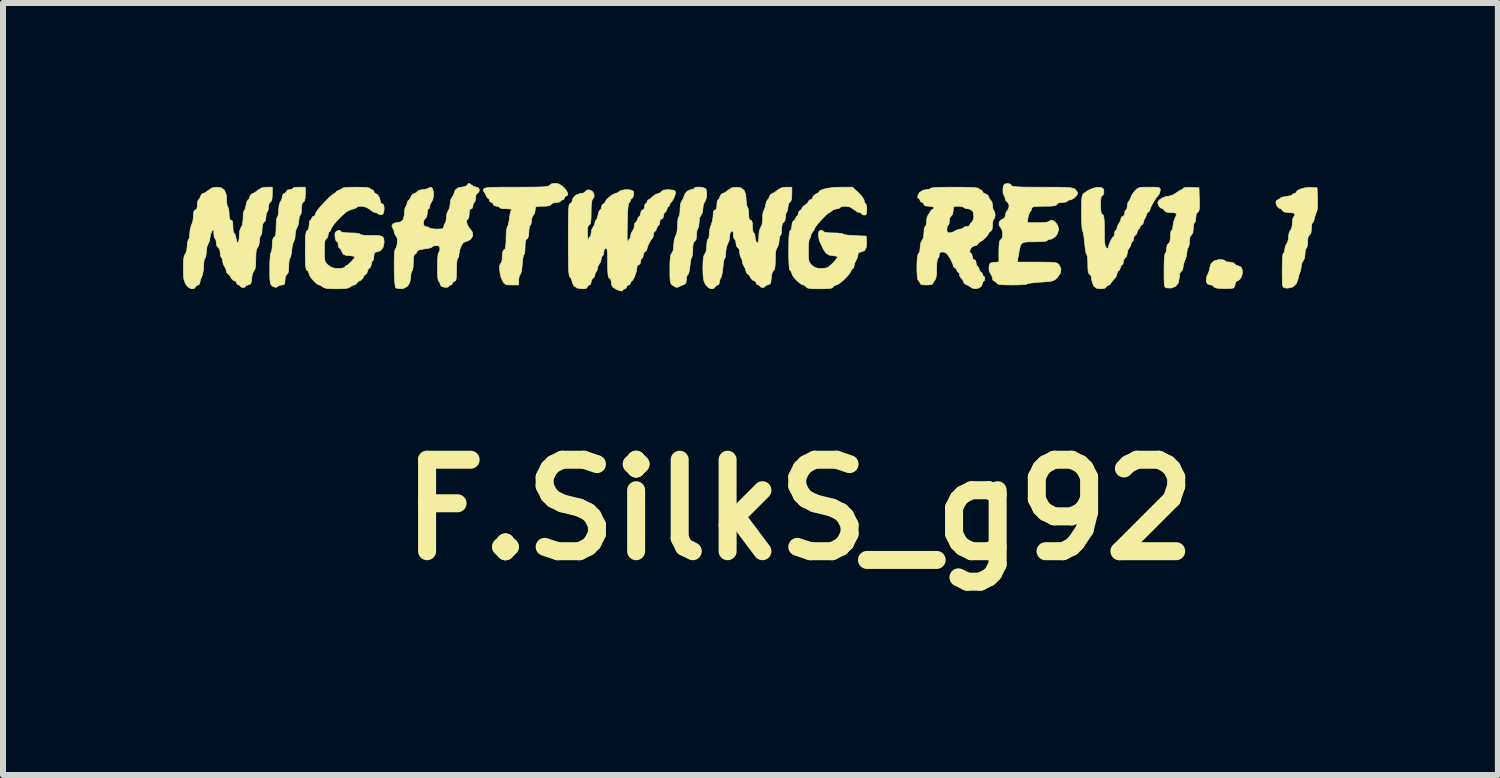
<source format=kicad_pcb>
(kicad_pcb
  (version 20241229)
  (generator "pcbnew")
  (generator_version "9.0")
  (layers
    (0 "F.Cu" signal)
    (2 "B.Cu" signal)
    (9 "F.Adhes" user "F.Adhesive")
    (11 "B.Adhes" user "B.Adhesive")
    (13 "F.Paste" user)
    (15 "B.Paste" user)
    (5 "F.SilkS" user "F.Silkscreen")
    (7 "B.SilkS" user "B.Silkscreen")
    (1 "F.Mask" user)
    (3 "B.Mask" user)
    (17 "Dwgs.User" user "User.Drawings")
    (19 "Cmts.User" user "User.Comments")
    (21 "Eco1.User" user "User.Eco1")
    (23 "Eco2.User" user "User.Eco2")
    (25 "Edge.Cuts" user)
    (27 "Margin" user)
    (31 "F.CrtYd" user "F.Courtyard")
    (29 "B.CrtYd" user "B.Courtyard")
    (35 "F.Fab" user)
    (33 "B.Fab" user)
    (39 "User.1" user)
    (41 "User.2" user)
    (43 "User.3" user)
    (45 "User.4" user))
  (footprint "F.SilkS_g92"
    (layer "F.Cu")
    (at 10.271 5.445)
    (property "Reference" "F.SilkS_g92" (at 0 0 0) (layer "F.SilkS") (effects (font (size 1.524 1.524) (thickness 0.3))))
    (attr through_hole)
    (fp_poly (pts (xy 7.059 -4.165) (xy 7.089 -4.153) (xy 7.091 -4.149) (xy 7.109 -4.135) (xy 7.155 -4.128) (xy 7.166 -4.128) (xy 7.226 -4.118) (xy 7.253 -4.096) (xy 7.281 -4.071) (xy 7.313 -4.064) (xy 7.354 -4.047) (xy 7.377 -4.003) (xy 7.381 -3.944) (xy 7.364 -3.883) (xy 7.333 -3.837) (xy 7.298 -3.814) (xy 7.283 -3.81) (xy 7.266 -3.792) (xy 7.26 -3.759) (xy 7.248 -3.715) (xy 7.227 -3.696) (xy 7.185 -3.689) (xy 7.117 -3.686) (xy 7.041 -3.687) (xy 6.973 -3.692) (xy 6.937 -3.698) (xy 6.906 -3.714) (xy 6.9 -3.725) (xy 6.882 -3.741) (xy 6.842 -3.75) (xy 6.797 -3.765) (xy 6.779 -3.804) (xy 6.777 -3.817) (xy 6.784 -3.88) (xy 6.804 -3.927) (xy 6.829 -3.985) (xy 6.837 -4.032) (xy 6.856 -4.099) (xy 6.907 -4.147) (xy 6.985 -4.169) (xy 7.006 -4.17) (xy 7.059 -4.165)) (stroke (width 0.01) (type solid)) (fill yes) (layer "F.SilkS"))
    (fp_poly (pts (xy -1.641 -5.375) (xy -1.591 -5.364) (xy -1.56 -5.347) (xy -1.558 -5.343) (xy -1.546 -5.28) (xy -1.549 -5.21) (xy -1.565 -5.152) (xy -1.577 -5.136) (xy -1.598 -5.095) (xy -1.608 -5.034) (xy -1.609 -5.021) (xy -1.617 -4.956) (xy -1.638 -4.913) (xy -1.64 -4.911) (xy -1.663 -4.869) (xy -1.672 -4.801) (xy -1.672 -4.793) (xy -1.677 -4.734) (xy -1.688 -4.695) (xy -1.693 -4.688) (xy -1.706 -4.661) (xy -1.714 -4.607) (xy -1.714 -4.581) (xy -1.721 -4.51) (xy -1.742 -4.476) (xy -1.746 -4.474) (xy -1.766 -4.452) (xy -1.776 -4.402) (xy -1.778 -4.338) (xy -1.781 -4.27) (xy -1.789 -4.22) (xy -1.797 -4.203) (xy -1.808 -4.178) (xy -1.818 -4.122) (xy -1.825 -4.06) (xy -1.834 -3.989) (xy -1.847 -3.938) (xy -1.859 -3.921) (xy -1.876 -3.896) (xy -1.884 -3.847) (xy -1.884 -3.839) (xy -1.893 -3.781) (xy -1.921 -3.755) (xy -1.973 -3.735) (xy -1.995 -3.724) (xy -2.035 -3.707) (xy -2.069 -3.713) (xy -2.111 -3.74) (xy -2.132 -3.757) (xy -2.146 -3.78) (xy -2.154 -3.816) (xy -2.158 -3.875) (xy -2.159 -3.965) (xy -2.159 -4.011) (xy -2.158 -4.122) (xy -2.153 -4.198) (xy -2.145 -4.245) (xy -2.132 -4.271) (xy -2.127 -4.276) (xy -2.105 -4.319) (xy -2.095 -4.397) (xy -2.095 -4.411) (xy -2.088 -4.485) (xy -2.072 -4.544) (xy -2.063 -4.56) (xy -2.043 -4.613) (xy -2.033 -4.698) (xy -2.032 -4.734) (xy -2.029 -4.805) (xy -2.021 -4.858) (xy -2.011 -4.879) (xy -1.999 -4.906) (xy -1.991 -4.961) (xy -1.99 -5.006) (xy -1.983 -5.092) (xy -1.962 -5.146) (xy -1.958 -5.151) (xy -1.932 -5.192) (xy -1.926 -5.216) (xy -1.908 -5.267) (xy -1.865 -5.312) (xy -1.812 -5.334) (xy -1.805 -5.334) (xy -1.768 -5.342) (xy -1.757 -5.355) (xy -1.739 -5.371) (xy -1.695 -5.378) (xy -1.641 -5.375)) (stroke (width 0.01) (type solid)) (fill yes) (layer "F.SilkS"))
    (fp_poly (pts (xy -8.234 -5.259) (xy -8.238 -5.183) (xy -8.251 -5.142) (xy -8.266 -5.13) (xy -8.287 -5.104) (xy -8.297 -5.044) (xy -8.297 -5.014) (xy -8.301 -4.955) (xy -8.311 -4.917) (xy -8.319 -4.911) (xy -8.332 -4.892) (xy -8.339 -4.845) (xy -8.34 -4.83) (xy -8.348 -4.765) (xy -8.367 -4.713) (xy -8.371 -4.708) (xy -8.391 -4.661) (xy -8.402 -4.595) (xy -8.402 -4.582) (xy -8.408 -4.521) (xy -8.422 -4.479) (xy -8.426 -4.473) (xy -8.44 -4.441) (xy -8.453 -4.38) (xy -8.461 -4.32) (xy -8.47 -4.253) (xy -8.481 -4.206) (xy -8.491 -4.191) (xy -8.5 -4.172) (xy -8.507 -4.122) (xy -8.509 -4.063) (xy -8.512 -3.984) (xy -8.524 -3.94) (xy -8.541 -3.923) (xy -8.565 -3.892) (xy -8.572 -3.829) (xy -8.576 -3.775) (xy -8.59 -3.752) (xy -8.623 -3.747) (xy -8.624 -3.747) (xy -8.669 -3.739) (xy -8.689 -3.725) (xy -8.722 -3.706) (xy -8.772 -3.721) (xy -8.789 -3.734) (xy -8.805 -3.751) (xy -8.816 -3.781) (xy -8.823 -3.829) (xy -8.826 -3.905) (xy -8.826 -4.015) (xy -8.826 -4.017) (xy -8.825 -4.124) (xy -8.82 -4.209) (xy -8.813 -4.266) (xy -8.805 -4.286) (xy -8.794 -4.313) (xy -8.786 -4.368) (xy -8.784 -4.415) (xy -8.78 -4.491) (xy -8.766 -4.532) (xy -8.752 -4.543) (xy -8.735 -4.561) (xy -8.725 -4.603) (xy -8.721 -4.676) (xy -8.721 -4.711) (xy -8.718 -4.788) (xy -8.711 -4.847) (xy -8.701 -4.878) (xy -8.7 -4.879) (xy -8.687 -4.906) (xy -8.679 -4.96) (xy -8.678 -4.993) (xy -8.672 -5.063) (xy -8.656 -5.12) (xy -8.647 -5.134) (xy -8.622 -5.187) (xy -8.616 -5.223) (xy -8.603 -5.261) (xy -8.583 -5.271) (xy -8.555 -5.287) (xy -8.551 -5.302) (xy -8.533 -5.328) (xy -8.498 -5.334) (xy -8.459 -5.341) (xy -8.445 -5.355) (xy -8.426 -5.367) (xy -8.378 -5.375) (xy -8.34 -5.376) (xy -8.234 -5.376) (xy -8.234 -5.259)) (stroke (width 0.01) (type solid)) (fill yes) (layer "F.SilkS"))
    (fp_poly (pts (xy 6.525 -5.372) (xy 6.657 -5.366) (xy 6.663 -5.17) (xy 6.665 -5.074) (xy 6.662 -5.013) (xy 6.654 -4.978) (xy 6.64 -4.962) (xy 6.637 -4.961) (xy 6.612 -4.929) (xy 6.604 -4.866) (xy 6.599 -4.814) (xy 6.587 -4.785) (xy 6.583 -4.784) (xy 6.57 -4.765) (xy 6.563 -4.717) (xy 6.562 -4.688) (xy 6.555 -4.617) (xy 6.535 -4.582) (xy 6.53 -4.58) (xy 6.507 -4.55) (xy 6.498 -4.482) (xy 6.498 -4.476) (xy 6.494 -4.417) (xy 6.482 -4.377) (xy 6.477 -4.371) (xy 6.462 -4.343) (xy 6.456 -4.292) (xy 6.456 -4.29) (xy 6.445 -4.22) (xy 6.424 -4.162) (xy 6.401 -4.099) (xy 6.392 -4.043) (xy 6.382 -3.995) (xy 6.361 -3.972) (xy 6.337 -3.941) (xy 6.329 -3.873) (xy 6.329 -3.868) (xy 6.312 -3.781) (xy 6.265 -3.722) (xy 6.193 -3.695) (xy 6.122 -3.698) (xy 6.103 -3.703) (xy 6.09 -3.715) (xy 6.082 -3.74) (xy 6.077 -3.786) (xy 6.075 -3.858) (xy 6.075 -3.965) (xy 6.075 -3.991) (xy 6.076 -4.112) (xy 6.081 -4.202) (xy 6.088 -4.258) (xy 6.096 -4.276) (xy 6.11 -4.294) (xy 6.117 -4.34) (xy 6.117 -4.35) (xy 6.126 -4.41) (xy 6.149 -4.437) (xy 6.171 -4.463) (xy 6.18 -4.523) (xy 6.181 -4.553) (xy 6.185 -4.613) (xy 6.194 -4.65) (xy 6.202 -4.657) (xy 6.216 -4.675) (xy 6.223 -4.72) (xy 6.223 -4.725) (xy 6.234 -4.796) (xy 6.255 -4.855) (xy 6.28 -4.91) (xy 6.278 -4.94) (xy 6.243 -4.951) (xy 6.191 -4.953) (xy 6.119 -4.96) (xy 6.085 -4.98) (xy 6.082 -4.985) (xy 6.061 -5.013) (xy 6.05 -5.016) (xy 6.012 -5.034) (xy 5.981 -5.076) (xy 5.969 -5.118) (xy 5.988 -5.155) (xy 6.035 -5.19) (xy 6.097 -5.217) (xy 6.16 -5.228) (xy 6.161 -5.228) (xy 6.208 -5.241) (xy 6.265 -5.272) (xy 6.278 -5.281) (xy 6.327 -5.314) (xy 6.363 -5.333) (xy 6.37 -5.334) (xy 6.391 -5.35) (xy 6.392 -5.356) (xy 6.412 -5.368) (xy 6.468 -5.373) (xy 6.525 -5.372)) (stroke (width 0.01) (type solid)) (fill yes) (layer "F.SilkS"))
    (fp_poly (pts (xy 8.522 -5.372) (xy 8.625 -5.366) (xy 8.632 -5.178) (xy 8.632 -5.092) (xy 8.629 -5.02) (xy 8.621 -4.975) (xy 8.618 -4.967) (xy 8.601 -4.931) (xy 8.585 -4.874) (xy 8.583 -4.863) (xy 8.569 -4.812) (xy 8.553 -4.785) (xy 8.549 -4.784) (xy 8.538 -4.765) (xy 8.531 -4.717) (xy 8.53 -4.688) (xy 8.524 -4.617) (xy 8.503 -4.582) (xy 8.498 -4.58) (xy 8.477 -4.554) (xy 8.467 -4.494) (xy 8.467 -4.464) (xy 8.463 -4.404) (xy 8.453 -4.367) (xy 8.445 -4.36) (xy 8.433 -4.341) (xy 8.425 -4.294) (xy 8.424 -4.268) (xy 8.416 -4.196) (xy 8.395 -4.151) (xy 8.393 -4.149) (xy 8.369 -4.109) (xy 8.361 -4.061) (xy 8.354 -4.003) (xy 8.341 -3.963) (xy 8.324 -3.917) (xy 8.31 -3.856) (xy 8.309 -3.85) (xy 8.278 -3.766) (xy 8.219 -3.713) (xy 8.138 -3.694) (xy 8.091 -3.698) (xy 8.072 -3.703) (xy 8.059 -3.715) (xy 8.05 -3.74) (xy 8.046 -3.786) (xy 8.044 -3.858) (xy 8.043 -3.965) (xy 8.043 -3.991) (xy 8.045 -4.112) (xy 8.049 -4.202) (xy 8.056 -4.258) (xy 8.065 -4.276) (xy 8.079 -4.294) (xy 8.086 -4.338) (xy 8.096 -4.394) (xy 8.117 -4.431) (xy 8.138 -4.473) (xy 8.149 -4.534) (xy 8.149 -4.547) (xy 8.157 -4.611) (xy 8.178 -4.654) (xy 8.181 -4.657) (xy 8.203 -4.698) (xy 8.213 -4.767) (xy 8.213 -4.774) (xy 8.217 -4.833) (xy 8.228 -4.873) (xy 8.234 -4.879) (xy 8.253 -4.91) (xy 8.255 -4.922) (xy 8.241 -4.943) (xy 8.195 -4.952) (xy 8.159 -4.953) (xy 8.088 -4.96) (xy 8.053 -4.98) (xy 8.051 -4.985) (xy 8.029 -5.013) (xy 8.018 -5.016) (xy 7.981 -5.034) (xy 7.949 -5.077) (xy 7.938 -5.121) (xy 7.95 -5.156) (xy 7.967 -5.165) (xy 8 -5.179) (xy 8.005 -5.188) (xy 8.029 -5.204) (xy 8.081 -5.218) (xy 8.113 -5.222) (xy 8.171 -5.232) (xy 8.207 -5.245) (xy 8.213 -5.252) (xy 8.23 -5.268) (xy 8.244 -5.271) (xy 8.273 -5.281) (xy 8.276 -5.291) (xy 8.295 -5.318) (xy 8.345 -5.344) (xy 8.412 -5.363) (xy 8.487 -5.373) (xy 8.522 -5.372)) (stroke (width 0.01) (type solid)) (fill yes) (layer "F.SilkS"))
    (fp_poly (pts (xy -4.013 -5.431) (xy -3.958 -5.399) (xy -3.922 -5.366) (xy -3.878 -5.311) (xy -3.86 -5.265) (xy -3.87 -5.235) (xy -3.894 -5.228) (xy -3.913 -5.211) (xy -3.916 -5.196) (xy -3.933 -5.168) (xy -3.948 -5.165) (xy -3.976 -5.153) (xy -3.979 -5.144) (xy -3.998 -5.129) (xy -4.043 -5.122) (xy -4.051 -5.122) (xy -4.109 -5.113) (xy -4.135 -5.091) (xy -4.156 -5.071) (xy -4.205 -5.061) (xy -4.275 -5.059) (xy -4.346 -5.058) (xy -4.384 -5.052) (xy -4.399 -5.037) (xy -4.403 -5.007) (xy -4.403 -4.998) (xy -4.413 -4.944) (xy -4.434 -4.911) (xy -4.456 -4.872) (xy -4.466 -4.816) (xy -4.466 -4.813) (xy -4.472 -4.765) (xy -4.485 -4.742) (xy -4.487 -4.741) (xy -4.499 -4.722) (xy -4.507 -4.674) (xy -4.508 -4.635) (xy -4.514 -4.561) (xy -4.53 -4.523) (xy -4.54 -4.516) (xy -4.56 -4.495) (xy -4.57 -4.445) (xy -4.572 -4.379) (xy -4.575 -4.313) (xy -4.582 -4.268) (xy -4.59 -4.255) (xy -4.6 -4.235) (xy -4.61 -4.183) (xy -4.618 -4.11) (xy -4.619 -4.091) (xy -4.627 -4.009) (xy -4.639 -3.949) (xy -4.652 -3.921) (xy -4.654 -3.92) (xy -4.669 -3.896) (xy -4.677 -3.846) (xy -4.678 -3.829) (xy -4.678 -3.747) (xy -4.792 -3.747) (xy -4.86 -3.748) (xy -4.9 -3.759) (xy -4.928 -3.786) (xy -4.951 -3.822) (xy -4.973 -3.875) (xy -4.989 -3.942) (xy -4.996 -4.01) (xy -4.995 -4.067) (xy -4.984 -4.102) (xy -4.974 -4.106) (xy -4.962 -4.125) (xy -4.954 -4.174) (xy -4.953 -4.213) (xy -4.948 -4.286) (xy -4.932 -4.325) (xy -4.921 -4.332) (xy -4.905 -4.348) (xy -4.895 -4.386) (xy -4.89 -4.455) (xy -4.889 -4.517) (xy -4.887 -4.6) (xy -4.88 -4.668) (xy -4.87 -4.708) (xy -4.867 -4.713) (xy -4.853 -4.745) (xy -4.84 -4.805) (xy -4.832 -4.86) (xy -4.822 -4.93) (xy -4.808 -4.981) (xy -4.796 -5) (xy -4.802 -5.009) (xy -4.841 -5.015) (xy -4.884 -5.016) (xy -4.946 -5.02) (xy -4.987 -5.029) (xy -4.995 -5.038) (xy -5.013 -5.054) (xy -5.048 -5.059) (xy -5.091 -5.07) (xy -5.101 -5.091) (xy -5.118 -5.119) (xy -5.133 -5.122) (xy -5.161 -5.139) (xy -5.165 -5.154) (xy -5.175 -5.182) (xy -5.184 -5.186) (xy -5.205 -5.203) (xy -5.219 -5.233) (xy -5.239 -5.277) (xy -5.255 -5.295) (xy -5.267 -5.323) (xy -5.264 -5.342) (xy -5.256 -5.353) (xy -5.237 -5.361) (xy -5.203 -5.367) (xy -5.149 -5.371) (xy -5.07 -5.374) (xy -4.961 -5.376) (xy -4.818 -5.376) (xy -4.713 -5.376) (xy -4.545 -5.377) (xy -4.415 -5.378) (xy -4.317 -5.38) (xy -4.249 -5.383) (xy -4.203 -5.389) (xy -4.176 -5.396) (xy -4.164 -5.405) (xy -4.162 -5.408) (xy -4.131 -5.432) (xy -4.073 -5.44) (xy -4.013 -5.431)) (stroke (width 0.01) (type solid)) (fill yes) (layer "F.SilkS"))
    (fp_poly (pts (xy 3.508 -5.43) (xy 3.527 -5.41) (xy 3.535 -5.399) (xy 3.555 -5.391) (xy 3.592 -5.385) (xy 3.649 -5.381) (xy 3.733 -5.378) (xy 3.848 -5.377) (xy 3.999 -5.376) (xy 4.045 -5.376) (xy 4.206 -5.376) (xy 4.331 -5.375) (xy 4.424 -5.373) (xy 4.491 -5.369) (xy 4.536 -5.363) (xy 4.567 -5.355) (xy 4.587 -5.345) (xy 4.593 -5.34) (xy 4.625 -5.303) (xy 4.636 -5.276) (xy 4.618 -5.236) (xy 4.577 -5.195) (xy 4.529 -5.168) (xy 4.508 -5.165) (xy 4.474 -5.156) (xy 4.466 -5.144) (xy 4.447 -5.13) (xy 4.401 -5.123) (xy 4.384 -5.122) (xy 4.318 -5.114) (xy 4.289 -5.091) (xy 4.274 -5.075) (xy 4.24 -5.065) (xy 4.177 -5.06) (xy 4.081 -5.059) (xy 4.075 -5.059) (xy 3.978 -5.058) (xy 3.917 -5.053) (xy 3.884 -5.045) (xy 3.874 -5.031) (xy 3.873 -5.029) (xy 3.86 -4.989) (xy 3.845 -4.969) (xy 3.823 -4.93) (xy 3.808 -4.871) (xy 3.806 -4.862) (xy 3.797 -4.784) (xy 3.972 -4.784) (xy 4.054 -4.786) (xy 4.119 -4.792) (xy 4.155 -4.802) (xy 4.159 -4.805) (xy 4.191 -4.826) (xy 4.231 -4.816) (xy 4.272 -4.782) (xy 4.304 -4.734) (xy 4.318 -4.677) (xy 4.318 -4.672) (xy 4.301 -4.605) (xy 4.258 -4.547) (xy 4.201 -4.513) (xy 4.172 -4.508) (xy 4.137 -4.5) (xy 4.128 -4.487) (xy 4.107 -4.477) (xy 4.051 -4.47) (xy 3.965 -4.467) (xy 3.918 -4.466) (xy 3.817 -4.466) (xy 3.751 -4.46) (xy 3.709 -4.443) (xy 3.684 -4.408) (xy 3.668 -4.347) (xy 3.652 -4.26) (xy 3.628 -4.128) (xy 3.958 -4.128) (xy 4.084 -4.127) (xy 4.174 -4.125) (xy 4.236 -4.122) (xy 4.276 -4.115) (xy 4.302 -4.104) (xy 4.32 -4.089) (xy 4.324 -4.085) (xy 4.357 -4.018) (xy 4.349 -3.947) (xy 4.301 -3.875) (xy 4.296 -3.87) (xy 4.265 -3.84) (xy 4.233 -3.821) (xy 4.191 -3.809) (xy 4.129 -3.801) (xy 4.035 -3.795) (xy 4.021 -3.794) (xy 3.93 -3.788) (xy 3.857 -3.779) (xy 3.809 -3.77) (xy 3.797 -3.765) (xy 3.773 -3.757) (xy 3.715 -3.752) (xy 3.633 -3.748) (xy 3.544 -3.747) (xy 3.435 -3.748) (xy 3.361 -3.751) (xy 3.317 -3.758) (xy 3.294 -3.769) (xy 3.288 -3.778) (xy 3.262 -3.806) (xy 3.247 -3.81) (xy 3.223 -3.828) (xy 3.217 -3.854) (xy 3.203 -3.905) (xy 3.184 -3.931) (xy 3.16 -3.982) (xy 3.158 -4.04) (xy 3.166 -4.091) (xy 3.187 -4.114) (xy 3.235 -4.123) (xy 3.244 -4.123) (xy 3.323 -4.13) (xy 3.323 -4.309) (xy 3.325 -4.402) (xy 3.331 -4.46) (xy 3.342 -4.491) (xy 3.355 -4.501) (xy 3.379 -4.532) (xy 3.387 -4.593) (xy 3.378 -4.654) (xy 3.358 -4.696) (xy 3.355 -4.699) (xy 3.325 -4.744) (xy 3.327 -4.793) (xy 3.356 -4.83) (xy 3.376 -4.838) (xy 3.419 -4.863) (xy 3.429 -4.901) (xy 3.442 -4.954) (xy 3.461 -4.982) (xy 3.486 -5.027) (xy 3.493 -5.066) (xy 3.481 -5.11) (xy 3.461 -5.13) (xy 3.434 -5.159) (xy 3.429 -5.181) (xy 3.417 -5.226) (xy 3.406 -5.242) (xy 3.393 -5.277) (xy 3.39 -5.333) (xy 3.391 -5.347) (xy 3.399 -5.402) (xy 3.418 -5.427) (xy 3.456 -5.436) (xy 3.508 -5.43)) (stroke (width 0.01) (type solid)) (fill yes) (layer "F.SilkS"))
    (fp_poly (pts (xy 5.916 -5.376) (xy 5.97 -5.373) (xy 5.999 -5.365) (xy 6.01 -5.35) (xy 6.011 -5.325) (xy 6.011 -5.325) (xy 6 -5.273) (xy 5.983 -5.245) (xy 5.947 -5.201) (xy 5.907 -5.141) (xy 5.871 -5.078) (xy 5.847 -5.027) (xy 5.842 -5.006) (xy 5.825 -4.97) (xy 5.81 -4.961) (xy 5.783 -4.932) (xy 5.779 -4.91) (xy 5.768 -4.87) (xy 5.757 -4.858) (xy 5.74 -4.828) (xy 5.736 -4.803) (xy 5.722 -4.763) (xy 5.704 -4.749) (xy 5.676 -4.722) (xy 5.673 -4.707) (xy 5.66 -4.681) (xy 5.652 -4.678) (xy 5.634 -4.66) (xy 5.63 -4.635) (xy 5.617 -4.594) (xy 5.599 -4.58) (xy 5.574 -4.551) (xy 5.567 -4.517) (xy 5.559 -4.478) (xy 5.546 -4.466) (xy 5.528 -4.449) (xy 5.524 -4.426) (xy 5.509 -4.38) (xy 5.493 -4.36) (xy 5.469 -4.321) (xy 5.461 -4.272) (xy 5.451 -4.223) (xy 5.429 -4.199) (xy 5.405 -4.17) (xy 5.397 -4.136) (xy 5.391 -4.097) (xy 5.379 -4.085) (xy 5.36 -4.067) (xy 5.346 -4.032) (xy 5.329 -3.993) (xy 5.312 -3.979) (xy 5.296 -3.961) (xy 5.292 -3.934) (xy 5.277 -3.889) (xy 5.241 -3.842) (xy 5.239 -3.84) (xy 5.203 -3.801) (xy 5.186 -3.77) (xy 5.186 -3.769) (xy 5.169 -3.749) (xy 5.156 -3.747) (xy 5.124 -3.729) (xy 5.115 -3.715) (xy 5.083 -3.691) (xy 5.02 -3.683) (xy 4.956 -3.69) (xy 4.916 -3.717) (xy 4.903 -3.735) (xy 4.877 -3.797) (xy 4.868 -3.849) (xy 4.858 -3.9) (xy 4.837 -3.923) (xy 4.819 -3.941) (xy 4.809 -3.982) (xy 4.805 -4.054) (xy 4.805 -4.095) (xy 4.803 -4.171) (xy 4.796 -4.227) (xy 4.788 -4.254) (xy 4.786 -4.255) (xy 4.776 -4.274) (xy 4.765 -4.326) (xy 4.756 -4.402) (xy 4.752 -4.445) (xy 4.743 -4.531) (xy 4.733 -4.599) (xy 4.722 -4.64) (xy 4.718 -4.647) (xy 4.711 -4.672) (xy 4.705 -4.73) (xy 4.701 -4.815) (xy 4.699 -4.918) (xy 4.699 -4.95) (xy 4.7 -5.068) (xy 4.702 -5.151) (xy 4.707 -5.207) (xy 4.716 -5.242) (xy 4.729 -5.264) (xy 4.738 -5.273) (xy 4.81 -5.323) (xy 4.889 -5.357) (xy 4.963 -5.374) (xy 5.024 -5.372) (xy 5.063 -5.349) (xy 5.068 -5.337) (xy 5.073 -5.289) (xy 5.06 -5.247) (xy 5.036 -5.228) (xy 5.035 -5.228) (xy 5.026 -5.209) (xy 5.019 -5.158) (xy 5.017 -5.086) (xy 5.016 -5.082) (xy 5.019 -4.998) (xy 5.028 -4.949) (xy 5.044 -4.926) (xy 5.048 -4.924) (xy 5.062 -4.911) (xy 5.071 -4.881) (xy 5.077 -4.827) (xy 5.08 -4.742) (xy 5.08 -4.656) (xy 5.081 -4.539) (xy 5.085 -4.459) (xy 5.093 -4.406) (xy 5.106 -4.375) (xy 5.112 -4.368) (xy 5.137 -4.35) (xy 5.144 -4.362) (xy 5.152 -4.4) (xy 5.172 -4.453) (xy 5.197 -4.505) (xy 5.221 -4.542) (xy 5.232 -4.551) (xy 5.245 -4.569) (xy 5.249 -4.604) (xy 5.257 -4.644) (xy 5.271 -4.657) (xy 5.288 -4.674) (xy 5.292 -4.697) (xy 5.306 -4.746) (xy 5.323 -4.77) (xy 5.35 -4.817) (xy 5.355 -4.846) (xy 5.368 -4.881) (xy 5.387 -4.889) (xy 5.412 -4.908) (xy 5.419 -4.942) (xy 5.426 -4.982) (xy 5.44 -4.995) (xy 5.455 -5.014) (xy 5.461 -5.057) (xy 5.471 -5.114) (xy 5.493 -5.151) (xy 5.519 -5.19) (xy 5.524 -5.212) (xy 5.538 -5.245) (xy 5.571 -5.293) (xy 5.585 -5.309) (xy 5.615 -5.341) (xy 5.644 -5.361) (xy 5.683 -5.372) (xy 5.742 -5.376) (xy 5.828 -5.376) (xy 5.916 -5.376)) (stroke (width 0.01) (type solid)) (fill yes) (layer "F.SilkS"))
    (fp_poly (pts (xy 0.981 -5.285) (xy 1.039 -5.223) (xy 1.073 -5.171) (xy 1.079 -5.147) (xy 1.088 -5.111) (xy 1.101 -5.101) (xy 1.113 -5.082) (xy 1.121 -5.034) (xy 1.122 -5.006) (xy 1.119 -4.946) (xy 1.108 -4.918) (xy 1.083 -4.911) (xy 1.079 -4.911) (xy 1.045 -4.92) (xy 1.037 -4.932) (xy 1.02 -4.95) (xy 1 -4.953) (xy 0.96 -4.967) (xy 0.912 -5) (xy 0.906 -5.006) (xy 0.84 -5.047) (xy 0.763 -5.059) (xy 0.71 -5.054) (xy 0.68 -5.043) (xy 0.677 -5.038) (xy 0.659 -5.022) (xy 0.626 -5.016) (xy 0.572 -5.004) (xy 0.543 -4.985) (xy 0.511 -4.959) (xy 0.497 -4.953) (xy 0.473 -4.938) (xy 0.431 -4.9) (xy 0.38 -4.848) (xy 0.328 -4.791) (xy 0.285 -4.739) (xy 0.258 -4.701) (xy 0.254 -4.69) (xy 0.239 -4.654) (xy 0.222 -4.636) (xy 0.195 -4.594) (xy 0.191 -4.571) (xy 0.18 -4.531) (xy 0.169 -4.519) (xy 0.16 -4.493) (xy 0.153 -4.436) (xy 0.149 -4.357) (xy 0.148 -4.32) (xy 0.149 -4.229) (xy 0.154 -4.169) (xy 0.164 -4.129) (xy 0.184 -4.099) (xy 0.204 -4.077) (xy 0.251 -4.041) (xy 0.305 -4.025) (xy 0.363 -4.022) (xy 0.427 -4.025) (xy 0.474 -4.041) (xy 0.521 -4.078) (xy 0.55 -4.106) (xy 0.597 -4.156) (xy 0.627 -4.196) (xy 0.635 -4.212) (xy 0.616 -4.227) (xy 0.571 -4.234) (xy 0.566 -4.234) (xy 0.495 -4.244) (xy 0.441 -4.279) (xy 0.396 -4.345) (xy 0.37 -4.403) (xy 0.348 -4.449) (xy 0.337 -4.471) (xy 0.324 -4.517) (xy 0.318 -4.579) (xy 0.318 -4.582) (xy 0.322 -4.633) (xy 0.341 -4.654) (xy 0.36 -4.657) (xy 0.394 -4.648) (xy 0.402 -4.636) (xy 0.422 -4.625) (xy 0.475 -4.617) (xy 0.552 -4.614) (xy 0.557 -4.614) (xy 0.635 -4.612) (xy 0.697 -4.605) (xy 0.73 -4.595) (xy 0.731 -4.594) (xy 0.761 -4.584) (xy 0.821 -4.575) (xy 0.901 -4.569) (xy 0.931 -4.568) (xy 1.111 -4.561) (xy 1.118 -4.461) (xy 1.112 -4.372) (xy 1.083 -4.318) (xy 1.028 -4.297) (xy 1.018 -4.297) (xy 0.982 -4.284) (xy 0.974 -4.248) (xy 0.961 -4.192) (xy 0.943 -4.158) (xy 0.917 -4.105) (xy 0.911 -4.069) (xy 0.903 -4.032) (xy 0.89 -4.022) (xy 0.87 -4.004) (xy 0.856 -3.974) (xy 0.831 -3.932) (xy 0.786 -3.879) (xy 0.729 -3.824) (xy 0.673 -3.778) (xy 0.627 -3.75) (xy 0.611 -3.747) (xy 0.574 -3.73) (xy 0.564 -3.715) (xy 0.55 -3.7) (xy 0.516 -3.69) (xy 0.456 -3.685) (xy 0.362 -3.683) (xy 0.339 -3.683) (xy 0.237 -3.684) (xy 0.171 -3.689) (xy 0.133 -3.697) (xy 0.115 -3.711) (xy 0.113 -3.715) (xy 0.084 -3.742) (xy 0.065 -3.747) (xy 0.026 -3.762) (xy -0.024 -3.801) (xy -0.074 -3.852) (xy -0.113 -3.902) (xy -0.127 -3.939) (xy -0.14 -3.975) (xy -0.153 -3.984) (xy -0.164 -4.001) (xy -0.171 -4.045) (xy -0.176 -4.121) (xy -0.179 -4.233) (xy -0.179 -4.318) (xy -0.178 -4.453) (xy -0.175 -4.55) (xy -0.169 -4.612) (xy -0.16 -4.645) (xy -0.153 -4.652) (xy -0.136 -4.676) (xy -0.127 -4.726) (xy -0.127 -4.733) (xy -0.118 -4.792) (xy -0.095 -4.818) (xy -0.067 -4.845) (xy -0.064 -4.86) (xy -0.051 -4.887) (xy -0.042 -4.889) (xy -0.025 -4.907) (xy -0.021 -4.932) (xy -0.007 -4.973) (xy 0.011 -4.988) (xy 0.039 -5.012) (xy 0.042 -5.026) (xy 0.059 -5.054) (xy 0.095 -5.08) (xy 0.134 -5.11) (xy 0.148 -5.136) (xy 0.165 -5.161) (xy 0.18 -5.165) (xy 0.208 -5.177) (xy 0.212 -5.187) (xy 0.228 -5.223) (xy 0.263 -5.257) (xy 0.295 -5.271) (xy 0.317 -5.283) (xy 0.318 -5.288) (xy 0.337 -5.315) (xy 0.392 -5.34) (xy 0.475 -5.36) (xy 0.577 -5.372) (xy 0.682 -5.376) (xy 0.883 -5.376) (xy 0.981 -5.285)) (stroke (width 0.01) (type solid)) (fill yes) (layer "F.SilkS"))
    (fp_poly (pts (xy -7.282 -5.374) (xy -7.205 -5.369) (xy -7.162 -5.361) (xy -7.154 -5.355) (xy -7.137 -5.336) (xy -7.123 -5.334) (xy -7.095 -5.317) (xy -7.091 -5.302) (xy -7.078 -5.274) (xy -7.067 -5.271) (xy -7.031 -5.252) (xy -7.001 -5.208) (xy -6.986 -5.154) (xy -6.986 -5.149) (xy -6.973 -5.11) (xy -6.953 -5.101) (xy -6.931 -5.083) (xy -6.921 -5.041) (xy -6.922 -4.988) (xy -6.933 -4.942) (xy -6.955 -4.918) (xy -6.996 -4.919) (xy -7.012 -4.929) (xy -7.053 -4.951) (xy -7.069 -4.953) (xy -7.105 -4.967) (xy -7.152 -5) (xy -7.159 -5.006) (xy -7.21 -5.038) (xy -7.272 -5.057) (xy -7.331 -5.06) (xy -7.37 -5.046) (xy -7.375 -5.04) (xy -7.402 -5.023) (xy -7.449 -5.009) (xy -7.512 -4.987) (xy -7.558 -4.959) (xy -7.634 -4.891) (xy -7.704 -4.819) (xy -7.762 -4.751) (xy -7.799 -4.695) (xy -7.811 -4.663) (xy -7.824 -4.638) (xy -7.832 -4.636) (xy -7.848 -4.617) (xy -7.853 -4.582) (xy -7.864 -4.537) (xy -7.885 -4.516) (xy -7.901 -4.501) (xy -7.91 -4.464) (xy -7.915 -4.398) (xy -7.916 -4.319) (xy -7.916 -4.23) (xy -7.911 -4.171) (xy -7.901 -4.133) (xy -7.881 -4.105) (xy -7.853 -4.078) (xy -7.801 -4.041) (xy -7.742 -4.024) (xy -7.684 -4.022) (xy -7.623 -4.025) (xy -7.585 -4.035) (xy -7.578 -4.043) (xy -7.563 -4.063) (xy -7.558 -4.064) (xy -7.531 -4.078) (xy -7.49 -4.114) (xy -7.448 -4.157) (xy -7.417 -4.195) (xy -7.408 -4.214) (xy -7.427 -4.226) (xy -7.473 -4.233) (xy -7.488 -4.234) (xy -7.56 -4.24) (xy -7.602 -4.261) (xy -7.627 -4.305) (xy -7.629 -4.313) (xy -7.648 -4.35) (xy -7.664 -4.36) (xy -7.679 -4.378) (xy -7.684 -4.413) (xy -7.69 -4.453) (xy -7.702 -4.466) (xy -7.722 -4.484) (xy -7.736 -4.528) (xy -7.741 -4.58) (xy -7.736 -4.616) (xy -7.713 -4.643) (xy -7.679 -4.657) (xy -7.65 -4.652) (xy -7.641 -4.636) (xy -7.621 -4.625) (xy -7.568 -4.617) (xy -7.49 -4.614) (xy -7.482 -4.614) (xy -7.402 -4.612) (xy -7.347 -4.605) (xy -7.324 -4.594) (xy -7.324 -4.593) (xy -7.304 -4.583) (xy -7.25 -4.575) (xy -7.17 -4.572) (xy -7.156 -4.572) (xy -7.054 -4.571) (xy -6.987 -4.565) (xy -6.947 -4.55) (xy -6.928 -4.524) (xy -6.922 -4.482) (xy -6.921 -4.458) (xy -6.936 -4.377) (xy -6.977 -4.321) (xy -7.039 -4.297) (xy -7.049 -4.297) (xy -7.078 -4.288) (xy -7.089 -4.256) (xy -7.091 -4.223) (xy -7.096 -4.174) (xy -7.109 -4.149) (xy -7.112 -4.149) (xy -7.128 -4.131) (xy -7.133 -4.095) (xy -7.144 -4.05) (xy -7.165 -4.029) (xy -7.192 -4) (xy -7.197 -3.976) (xy -7.211 -3.937) (xy -7.228 -3.923) (xy -7.256 -3.902) (xy -7.26 -3.891) (xy -7.276 -3.858) (xy -7.31 -3.824) (xy -7.341 -3.81) (xy -7.366 -3.793) (xy -7.374 -3.778) (xy -7.403 -3.75) (xy -7.42 -3.747) (xy -7.462 -3.732) (xy -7.485 -3.715) (xy -7.515 -3.698) (xy -7.568 -3.688) (xy -7.651 -3.684) (xy -7.715 -3.683) (xy -7.82 -3.685) (xy -7.889 -3.692) (xy -7.931 -3.705) (xy -7.945 -3.715) (xy -7.982 -3.741) (xy -8.003 -3.747) (xy -8.037 -3.762) (xy -8.082 -3.802) (xy -8.127 -3.853) (xy -8.16 -3.902) (xy -8.17 -3.934) (xy -8.185 -3.974) (xy -8.202 -3.987) (xy -8.215 -3.998) (xy -8.223 -4.025) (xy -8.229 -4.074) (xy -8.232 -4.151) (xy -8.234 -4.261) (xy -8.234 -4.318) (xy -8.233 -4.444) (xy -8.231 -4.534) (xy -8.226 -4.593) (xy -8.219 -4.629) (xy -8.208 -4.646) (xy -8.202 -4.649) (xy -8.178 -4.68) (xy -8.17 -4.744) (xy -8.166 -4.796) (xy -8.154 -4.824) (xy -8.149 -4.826) (xy -8.13 -4.843) (xy -8.128 -4.858) (xy -8.111 -4.886) (xy -8.096 -4.889) (xy -8.07 -4.907) (xy -8.065 -4.933) (xy -8.05 -4.963) (xy -8.013 -5.014) (xy -7.96 -5.076) (xy -7.9 -5.14) (xy -7.841 -5.2) (xy -7.789 -5.246) (xy -7.754 -5.269) (xy -7.748 -5.271) (xy -7.727 -5.286) (xy -7.726 -5.291) (xy -7.708 -5.311) (xy -7.673 -5.325) (xy -7.633 -5.342) (xy -7.62 -5.357) (xy -7.6 -5.365) (xy -7.547 -5.371) (xy -7.468 -5.375) (xy -7.387 -5.376) (xy -7.282 -5.374)) (stroke (width 0.01) (type solid)) (fill yes) (layer "F.SilkS"))
    (fp_poly (pts (xy -8.784 -5.259) (xy -8.788 -5.183) (xy -8.802 -5.142) (xy -8.816 -5.13) (xy -8.84 -5.1) (xy -8.848 -5.047) (xy -8.853 -4.995) (xy -8.868 -4.965) (xy -8.869 -4.964) (xy -8.883 -4.935) (xy -8.89 -4.884) (xy -8.89 -4.877) (xy -8.899 -4.818) (xy -8.922 -4.791) (xy -8.943 -4.765) (xy -8.953 -4.706) (xy -8.954 -4.676) (xy -8.957 -4.616) (xy -8.967 -4.579) (xy -8.975 -4.572) (xy -8.988 -4.553) (xy -8.995 -4.506) (xy -8.996 -4.489) (xy -9.004 -4.427) (xy -9.023 -4.38) (xy -9.028 -4.374) (xy -9.046 -4.34) (xy -9.056 -4.278) (xy -9.059 -4.181) (xy -9.059 -4.174) (xy -9.062 -4.076) (xy -9.071 -4.014) (xy -9.088 -3.982) (xy -9.09 -3.98) (xy -9.11 -3.945) (xy -9.124 -3.885) (xy -9.127 -3.856) (xy -9.134 -3.794) (xy -9.149 -3.763) (xy -9.177 -3.751) (xy -9.181 -3.75) (xy -9.218 -3.738) (xy -9.229 -3.724) (xy -9.246 -3.708) (xy -9.271 -3.704) (xy -9.305 -3.713) (xy -9.313 -3.725) (xy -9.33 -3.744) (xy -9.345 -3.747) (xy -9.373 -3.763) (xy -9.377 -3.778) (xy -9.389 -3.806) (xy -9.4 -3.81) (xy -9.434 -3.825) (xy -9.469 -3.859) (xy -9.483 -3.891) (xy -9.5 -3.915) (xy -9.514 -3.923) (xy -9.542 -3.953) (xy -9.547 -3.973) (xy -9.56 -4.02) (xy -9.579 -4.052) (xy -9.604 -4.105) (xy -9.61 -4.141) (xy -9.618 -4.184) (xy -9.631 -4.202) (xy -9.645 -4.23) (xy -9.652 -4.281) (xy -9.652 -4.285) (xy -9.661 -4.342) (xy -9.684 -4.368) (xy -9.708 -4.397) (xy -9.716 -4.443) (xy -9.722 -4.492) (xy -9.737 -4.519) (xy -9.751 -4.547) (xy -9.758 -4.599) (xy -9.758 -4.609) (xy -9.759 -4.658) (xy -9.767 -4.669) (xy -9.785 -4.65) (xy -9.789 -4.645) (xy -9.812 -4.593) (xy -9.821 -4.539) (xy -9.831 -4.478) (xy -9.852 -4.433) (xy -9.871 -4.388) (xy -9.883 -4.321) (xy -9.884 -4.292) (xy -9.889 -4.233) (xy -9.899 -4.197) (xy -9.906 -4.191) (xy -9.917 -4.172) (xy -9.925 -4.122) (xy -9.927 -4.069) (xy -9.933 -3.99) (xy -9.947 -3.918) (xy -9.959 -3.887) (xy -9.982 -3.831) (xy -9.991 -3.786) (xy -10.004 -3.753) (xy -10.02 -3.747) (xy -10.053 -3.729) (xy -10.062 -3.715) (xy -10.091 -3.685) (xy -10.136 -3.684) (xy -10.185 -3.711) (xy -10.222 -3.754) (xy -10.243 -3.797) (xy -10.257 -3.846) (xy -10.264 -3.913) (xy -10.266 -4.009) (xy -10.266 -4.028) (xy -10.264 -4.133) (xy -10.257 -4.203) (xy -10.245 -4.246) (xy -10.234 -4.262) (xy -10.213 -4.306) (xy -10.203 -4.376) (xy -10.202 -4.389) (xy -10.198 -4.45) (xy -10.187 -4.49) (xy -10.181 -4.498) (xy -10.168 -4.525) (xy -10.16 -4.579) (xy -10.16 -4.6) (xy -10.152 -4.673) (xy -10.133 -4.739) (xy -10.128 -4.749) (xy -10.108 -4.81) (xy -10.097 -4.885) (xy -10.097 -4.903) (xy -10.092 -4.964) (xy -10.077 -4.992) (xy -10.065 -4.995) (xy -10.043 -5.009) (xy -10.034 -5.056) (xy -10.033 -5.08) (xy -10.029 -5.133) (xy -10.018 -5.163) (xy -10.014 -5.165) (xy -9.995 -5.183) (xy -9.982 -5.218) (xy -9.962 -5.257) (xy -9.938 -5.271) (xy -9.904 -5.284) (xy -9.858 -5.317) (xy -9.851 -5.323) (xy -9.784 -5.365) (xy -9.71 -5.376) (xy -9.631 -5.364) (xy -9.579 -5.323) (xy -9.552 -5.252) (xy -9.546 -5.173) (xy -9.542 -5.108) (xy -9.533 -5.061) (xy -9.525 -5.048) (xy -9.513 -5.021) (xy -9.505 -4.967) (xy -9.504 -4.931) (xy -9.5 -4.864) (xy -9.488 -4.832) (xy -9.472 -4.826) (xy -9.452 -4.815) (xy -9.442 -4.775) (xy -9.44 -4.72) (xy -9.437 -4.66) (xy -9.429 -4.621) (xy -9.422 -4.614) (xy -9.407 -4.596) (xy -9.393 -4.549) (xy -9.39 -4.53) (xy -9.375 -4.468) (xy -9.359 -4.448) (xy -9.345 -4.465) (xy -9.336 -4.519) (xy -9.335 -4.56) (xy -9.327 -4.647) (xy -9.307 -4.701) (xy -9.303 -4.707) (xy -9.28 -4.754) (xy -9.271 -4.838) (xy -9.271 -4.855) (xy -9.268 -4.921) (xy -9.26 -4.969) (xy -9.253 -4.983) (xy -9.238 -5.009) (xy -9.224 -5.061) (xy -9.221 -5.08) (xy -9.208 -5.133) (xy -9.192 -5.162) (xy -9.188 -5.165) (xy -9.17 -5.183) (xy -9.161 -5.212) (xy -9.141 -5.252) (xy -9.117 -5.267) (xy -9.076 -5.286) (xy -9.028 -5.322) (xy -9.024 -5.325) (xy -8.965 -5.363) (xy -8.89 -5.376) (xy -8.876 -5.376) (xy -8.784 -5.376) (xy -8.784 -5.259)) (stroke (width 0.01) (type solid)) (fill yes) (layer "F.SilkS"))
    (fp_poly (pts (xy -5.489 -5.432) (xy -5.467 -5.413) (xy -5.417 -5.384) (xy -5.38 -5.376) (xy -5.345 -5.361) (xy -5.333 -5.326) (xy -5.346 -5.291) (xy -5.366 -5.278) (xy -5.39 -5.248) (xy -5.397 -5.194) (xy -5.403 -5.146) (xy -5.416 -5.123) (xy -5.419 -5.122) (xy -5.435 -5.104) (xy -5.44 -5.069) (xy -5.451 -5.027) (xy -5.472 -5.016) (xy -5.494 -5.003) (xy -5.503 -4.956) (xy -5.503 -4.932) (xy -5.508 -4.879) (xy -5.52 -4.849) (xy -5.524 -4.847) (xy -5.544 -4.831) (xy -5.545 -4.792) (xy -5.531 -4.743) (xy -5.503 -4.697) (xy -5.493 -4.687) (xy -5.449 -4.626) (xy -5.444 -4.565) (xy -5.476 -4.513) (xy -5.492 -4.5) (xy -5.54 -4.475) (xy -5.574 -4.466) (xy -5.604 -4.447) (xy -5.635 -4.4) (xy -5.659 -4.337) (xy -5.672 -4.272) (xy -5.673 -4.257) (xy -5.679 -4.211) (xy -5.693 -4.191) (xy -5.694 -4.191) (xy -5.704 -4.171) (xy -5.711 -4.116) (xy -5.715 -4.032) (xy -5.715 -4) (xy -5.716 -3.908) (xy -5.721 -3.85) (xy -5.73 -3.82) (xy -5.744 -3.81) (xy -5.747 -3.81) (xy -5.775 -3.793) (xy -5.779 -3.778) (xy -5.795 -3.75) (xy -5.81 -3.747) (xy -5.838 -3.734) (xy -5.842 -3.724) (xy -5.86 -3.71) (xy -5.906 -3.708) (xy -5.911 -3.708) (xy -5.962 -3.721) (xy -5.984 -3.751) (xy -5.986 -3.762) (xy -5.999 -3.8) (xy -6.013 -3.81) (xy -6.021 -3.829) (xy -6.028 -3.881) (xy -6.031 -3.954) (xy -6.032 -4.038) (xy -6.031 -4.124) (xy -6.027 -4.201) (xy -6.021 -4.258) (xy -6.012 -4.286) (xy -6.011 -4.286) (xy -5.995 -4.315) (xy -5.99 -4.351) (xy -5.997 -4.388) (xy -6.027 -4.401) (xy -6.054 -4.403) (xy -6.098 -4.397) (xy -6.117 -4.383) (xy -6.117 -4.383) (xy -6.136 -4.37) (xy -6.186 -4.357) (xy -6.244 -4.348) (xy -6.324 -4.335) (xy -6.364 -4.318) (xy -6.371 -4.304) (xy -6.388 -4.271) (xy -6.403 -4.262) (xy -6.422 -4.242) (xy -6.432 -4.196) (xy -6.435 -4.115) (xy -6.435 -4.115) (xy -6.438 -4.044) (xy -6.446 -3.995) (xy -6.456 -3.979) (xy -6.468 -3.96) (xy -6.476 -3.912) (xy -6.477 -3.882) (xy -6.492 -3.79) (xy -6.533 -3.724) (xy -6.597 -3.689) (xy -6.636 -3.685) (xy -6.69 -3.689) (xy -6.726 -3.697) (xy -6.735 -3.721) (xy -6.742 -3.777) (xy -6.748 -3.858) (xy -6.752 -3.954) (xy -6.753 -4.056) (xy -6.753 -4.154) (xy -6.75 -4.24) (xy -6.745 -4.305) (xy -6.737 -4.34) (xy -6.734 -4.343) (xy -6.72 -4.366) (xy -6.706 -4.416) (xy -6.702 -4.438) (xy -6.698 -4.507) (xy -6.713 -4.55) (xy -6.72 -4.558) (xy -6.747 -4.603) (xy -6.752 -4.63) (xy -6.764 -4.676) (xy -6.776 -4.693) (xy -6.792 -4.731) (xy -6.774 -4.765) (xy -6.73 -4.783) (xy -6.716 -4.784) (xy -6.644 -4.798) (xy -6.601 -4.839) (xy -6.584 -4.911) (xy -6.583 -4.938) (xy -6.579 -4.999) (xy -6.568 -5.04) (xy -6.562 -5.048) (xy -6.544 -5.078) (xy -6.54 -5.101) (xy -6.526 -5.144) (xy -6.511 -5.158) (xy -6.483 -5.192) (xy -6.474 -5.217) (xy -6.449 -5.256) (xy -6.424 -5.267) (xy -6.381 -5.287) (xy -6.365 -5.305) (xy -6.333 -5.326) (xy -6.285 -5.334) (xy -6.224 -5.343) (xy -6.18 -5.36) (xy -6.144 -5.376) (xy -6.121 -5.361) (xy -6.117 -5.355) (xy -6.1 -5.302) (xy -6.098 -5.235) (xy -6.109 -5.171) (xy -6.128 -5.136) (xy -6.154 -5.089) (xy -6.16 -5.06) (xy -6.168 -5.025) (xy -6.181 -5.016) (xy -6.195 -4.998) (xy -6.202 -4.952) (xy -6.202 -4.942) (xy -6.211 -4.882) (xy -6.234 -4.855) (xy -6.257 -4.826) (xy -6.265 -4.781) (xy -6.258 -4.736) (xy -6.231 -4.72) (xy -6.224 -4.72) (xy -6.184 -4.71) (xy -6.17 -4.699) (xy -6.143 -4.687) (xy -6.088 -4.68) (xy -6.042 -4.678) (xy -5.975 -4.68) (xy -5.94 -4.688) (xy -5.928 -4.706) (xy -5.927 -4.719) (xy -5.917 -4.759) (xy -5.905 -4.773) (xy -5.892 -4.801) (xy -5.885 -4.853) (xy -5.884 -4.868) (xy -5.876 -4.93) (xy -5.857 -4.976) (xy -5.853 -4.982) (xy -5.832 -5.023) (xy -5.821 -5.084) (xy -5.821 -5.097) (xy -5.813 -5.161) (xy -5.792 -5.204) (xy -5.789 -5.207) (xy -5.762 -5.246) (xy -5.757 -5.268) (xy -5.737 -5.328) (xy -5.686 -5.366) (xy -5.63 -5.376) (xy -5.568 -5.388) (xy -5.534 -5.413) (xy -5.512 -5.438) (xy -5.489 -5.432)) (stroke (width 0.01) (type solid)) (fill yes) (layer "F.SilkS"))
    (fp_poly (pts (xy -0.127 -5.259) (xy -0.131 -5.183) (xy -0.144 -5.142) (xy -0.159 -5.13) (xy -0.183 -5.1) (xy -0.191 -5.047) (xy -0.196 -4.995) (xy -0.21 -4.965) (xy -0.212 -4.964) (xy -0.226 -4.935) (xy -0.233 -4.884) (xy -0.233 -4.877) (xy -0.242 -4.818) (xy -0.265 -4.791) (xy -0.286 -4.765) (xy -0.296 -4.706) (xy -0.296 -4.676) (xy -0.3 -4.616) (xy -0.31 -4.579) (xy -0.318 -4.572) (xy -0.331 -4.553) (xy -0.338 -4.506) (xy -0.339 -4.489) (xy -0.346 -4.427) (xy -0.366 -4.38) (xy -0.37 -4.374) (xy -0.388 -4.34) (xy -0.399 -4.279) (xy -0.402 -4.183) (xy -0.402 -4.172) (xy -0.405 -4.078) (xy -0.412 -4.02) (xy -0.427 -3.99) (xy -0.433 -3.986) (xy -0.454 -3.953) (xy -0.467 -3.889) (xy -0.47 -3.863) (xy -0.476 -3.799) (xy -0.489 -3.765) (xy -0.514 -3.752) (xy -0.524 -3.75) (xy -0.561 -3.738) (xy -0.572 -3.724) (xy -0.589 -3.708) (xy -0.614 -3.704) (xy -0.648 -3.713) (xy -0.656 -3.725) (xy -0.673 -3.744) (xy -0.688 -3.747) (xy -0.716 -3.763) (xy -0.72 -3.778) (xy -0.732 -3.806) (xy -0.742 -3.81) (xy -0.777 -3.825) (xy -0.811 -3.859) (xy -0.826 -3.891) (xy -0.842 -3.915) (xy -0.857 -3.923) (xy -0.885 -3.953) (xy -0.89 -3.973) (xy -0.903 -4.02) (xy -0.921 -4.052) (xy -0.946 -4.105) (xy -0.953 -4.141) (xy -0.961 -4.184) (xy -0.974 -4.202) (xy -0.988 -4.23) (xy -0.995 -4.281) (xy -0.995 -4.285) (xy -1.004 -4.342) (xy -1.027 -4.368) (xy -1.05 -4.397) (xy -1.058 -4.444) (xy -1.064 -4.489) (xy -1.079 -4.508) (xy -1.079 -4.508) (xy -1.094 -4.527) (xy -1.101 -4.573) (xy -1.101 -4.582) (xy -1.105 -4.631) (xy -1.12 -4.646) (xy -1.132 -4.643) (xy -1.156 -4.612) (xy -1.164 -4.553) (xy -1.172 -4.489) (xy -1.193 -4.437) (xy -1.195 -4.433) (xy -1.214 -4.388) (xy -1.226 -4.321) (xy -1.227 -4.292) (xy -1.231 -4.233) (xy -1.24 -4.197) (xy -1.246 -4.191) (xy -1.256 -4.172) (xy -1.267 -4.121) (xy -1.274 -4.049) (xy -1.275 -4.041) (xy -1.284 -3.964) (xy -1.296 -3.901) (xy -1.309 -3.868) (xy -1.31 -3.868) (xy -1.329 -3.829) (xy -1.333 -3.795) (xy -1.344 -3.757) (xy -1.363 -3.747) (xy -1.396 -3.729) (xy -1.405 -3.715) (xy -1.434 -3.685) (xy -1.479 -3.684) (xy -1.528 -3.711) (xy -1.565 -3.754) (xy -1.586 -3.797) (xy -1.6 -3.846) (xy -1.606 -3.913) (xy -1.609 -4.009) (xy -1.609 -4.028) (xy -1.607 -4.133) (xy -1.6 -4.203) (xy -1.588 -4.246) (xy -1.577 -4.262) (xy -1.555 -4.308) (xy -1.545 -4.386) (xy -1.545 -4.401) (xy -1.541 -4.462) (xy -1.532 -4.501) (xy -1.524 -4.508) (xy -1.511 -4.527) (xy -1.503 -4.575) (xy -1.503 -4.598) (xy -1.495 -4.672) (xy -1.476 -4.739) (xy -1.471 -4.749) (xy -1.451 -4.81) (xy -1.44 -4.885) (xy -1.439 -4.903) (xy -1.435 -4.964) (xy -1.42 -4.992) (xy -1.408 -4.995) (xy -1.386 -5.009) (xy -1.376 -5.056) (xy -1.376 -5.08) (xy -1.372 -5.133) (xy -1.361 -5.163) (xy -1.357 -5.165) (xy -1.338 -5.183) (xy -1.325 -5.218) (xy -1.305 -5.257) (xy -1.281 -5.271) (xy -1.247 -5.284) (xy -1.201 -5.317) (xy -1.194 -5.323) (xy -1.127 -5.365) (xy -1.052 -5.376) (xy -0.974 -5.364) (xy -0.922 -5.323) (xy -0.895 -5.252) (xy -0.889 -5.173) (xy -0.885 -5.108) (xy -0.876 -5.061) (xy -0.868 -5.048) (xy -0.856 -5.021) (xy -0.848 -4.967) (xy -0.847 -4.931) (xy -0.843 -4.864) (xy -0.831 -4.832) (xy -0.815 -4.826) (xy -0.795 -4.815) (xy -0.785 -4.775) (xy -0.783 -4.72) (xy -0.779 -4.66) (xy -0.77 -4.621) (xy -0.762 -4.614) (xy -0.746 -4.596) (xy -0.741 -4.563) (xy -0.734 -4.499) (xy -0.715 -4.456) (xy -0.696 -4.445) (xy -0.686 -4.464) (xy -0.679 -4.513) (xy -0.677 -4.56) (xy -0.67 -4.647) (xy -0.65 -4.701) (xy -0.646 -4.707) (xy -0.623 -4.754) (xy -0.614 -4.838) (xy -0.614 -4.855) (xy -0.611 -4.921) (xy -0.603 -4.969) (xy -0.595 -4.983) (xy -0.581 -5.009) (xy -0.567 -5.061) (xy -0.563 -5.08) (xy -0.551 -5.133) (xy -0.535 -5.162) (xy -0.53 -5.165) (xy -0.513 -5.183) (xy -0.504 -5.212) (xy -0.484 -5.252) (xy -0.46 -5.267) (xy -0.419 -5.286) (xy -0.37 -5.322) (xy -0.367 -5.325) (xy -0.308 -5.363) (xy -0.233 -5.376) (xy -0.219 -5.376) (xy -0.127 -5.376) (xy -0.127 -5.259)) (stroke (width 0.01) (type solid)) (fill yes) (layer "F.SilkS"))
    (fp_poly (pts (xy 2.733 -5.375) (xy 2.851 -5.372) (xy 2.933 -5.367) (xy 2.977 -5.36) (xy 2.985 -5.355) (xy 3.002 -5.336) (xy 3.016 -5.334) (xy 3.044 -5.318) (xy 3.048 -5.304) (xy 3.066 -5.277) (xy 3.095 -5.267) (xy 3.138 -5.244) (xy 3.151 -5.218) (xy 3.171 -5.174) (xy 3.188 -5.158) (xy 3.208 -5.127) (xy 3.217 -5.075) (xy 3.217 -5.07) (xy 3.223 -5.017) (xy 3.237 -4.986) (xy 3.239 -4.985) (xy 3.254 -4.956) (xy 3.26 -4.909) (xy 3.253 -4.865) (xy 3.239 -4.847) (xy 3.226 -4.828) (xy 3.218 -4.78) (xy 3.217 -4.751) (xy 3.211 -4.68) (xy 3.191 -4.646) (xy 3.186 -4.643) (xy 3.158 -4.621) (xy 3.154 -4.61) (xy 3.14 -4.584) (xy 3.106 -4.542) (xy 3.092 -4.528) (xy 3.049 -4.489) (xy 3.016 -4.468) (xy 3.01 -4.466) (xy 2.985 -4.449) (xy 2.977 -4.434) (xy 2.948 -4.406) (xy 2.931 -4.403) (xy 2.888 -4.389) (xy 2.867 -4.372) (xy 2.843 -4.335) (xy 2.837 -4.297) (xy 2.852 -4.276) (xy 2.857 -4.276) (xy 2.873 -4.258) (xy 2.879 -4.223) (xy 2.89 -4.18) (xy 2.91 -4.17) (xy 2.936 -4.151) (xy 2.942 -4.117) (xy 2.949 -4.077) (xy 2.961 -4.064) (xy 2.98 -4.046) (xy 2.993 -4.011) (xy 3.01 -3.971) (xy 3.027 -3.958) (xy 3.046 -3.941) (xy 3.048 -3.926) (xy 3.059 -3.898) (xy 3.069 -3.895) (xy 3.086 -3.877) (xy 3.09 -3.852) (xy 3.081 -3.818) (xy 3.069 -3.81) (xy 3.052 -3.792) (xy 3.048 -3.768) (xy 3.03 -3.724) (xy 2.985 -3.695) (xy 2.928 -3.684) (xy 2.874 -3.697) (xy 2.852 -3.712) (xy 2.806 -3.742) (xy 2.782 -3.75) (xy 2.745 -3.775) (xy 2.734 -3.8) (xy 2.714 -3.843) (xy 2.696 -3.859) (xy 2.672 -3.892) (xy 2.667 -3.917) (xy 2.658 -3.951) (xy 2.646 -3.958) (xy 2.627 -3.975) (xy 2.625 -3.988) (xy 2.608 -4.02) (xy 2.593 -4.029) (xy 2.565 -4.057) (xy 2.561 -4.073) (xy 2.551 -4.108) (xy 2.524 -4.164) (xy 2.503 -4.201) (xy 2.462 -4.26) (xy 2.426 -4.289) (xy 2.387 -4.297) (xy 2.344 -4.29) (xy 2.329 -4.261) (xy 2.328 -4.244) (xy 2.321 -4.204) (xy 2.307 -4.191) (xy 2.297 -4.171) (xy 2.289 -4.117) (xy 2.286 -4.037) (xy 2.286 -4.023) (xy 2.283 -3.924) (xy 2.273 -3.86) (xy 2.255 -3.825) (xy 2.254 -3.824) (xy 2.228 -3.788) (xy 2.223 -3.769) (xy 2.203 -3.756) (xy 2.152 -3.748) (xy 2.117 -3.747) (xy 2.049 -3.75) (xy 2.016 -3.763) (xy 2.011 -3.776) (xy 1.995 -3.809) (xy 1.984 -3.815) (xy 1.972 -3.839) (xy 1.963 -3.895) (xy 1.958 -3.97) (xy 1.957 -4.055) (xy 1.959 -4.139) (xy 1.966 -4.21) (xy 1.976 -4.257) (xy 1.985 -4.271) (xy 2.002 -4.296) (xy 2.01 -4.351) (xy 2.011 -4.37) (xy 2.019 -4.44) (xy 2.04 -4.485) (xy 2.043 -4.487) (xy 2.065 -4.53) (xy 2.074 -4.607) (xy 2.074 -4.617) (xy 2.078 -4.676) (xy 2.079 -4.678) (xy 2.455 -4.678) (xy 2.461 -4.632) (xy 2.485 -4.616) (xy 2.503 -4.615) (xy 2.558 -4.628) (xy 2.592 -4.647) (xy 2.645 -4.672) (xy 2.682 -4.678) (xy 2.719 -4.686) (xy 2.731 -4.699) (xy 2.749 -4.715) (xy 2.783 -4.72) (xy 2.823 -4.728) (xy 2.836 -4.744) (xy 2.852 -4.775) (xy 2.872 -4.794) (xy 2.898 -4.836) (xy 2.906 -4.897) (xy 2.895 -4.957) (xy 2.88 -4.984) (xy 2.838 -5.01) (xy 2.803 -5.016) (xy 2.759 -5.025) (xy 2.741 -5.038) (xy 2.713 -5.051) (xy 2.661 -5.058) (xy 2.645 -5.059) (xy 2.591 -5.057) (xy 2.567 -5.042) (xy 2.561 -5.005) (xy 2.561 -4.984) (xy 2.552 -4.924) (xy 2.529 -4.897) (xy 2.505 -4.867) (xy 2.498 -4.813) (xy 2.492 -4.765) (xy 2.479 -4.742) (xy 2.477 -4.741) (xy 2.462 -4.723) (xy 2.455 -4.679) (xy 2.455 -4.678) (xy 2.079 -4.678) (xy 2.088 -4.714) (xy 2.095 -4.72) (xy 2.109 -4.739) (xy 2.116 -4.786) (xy 2.117 -4.803) (xy 2.124 -4.865) (xy 2.144 -4.912) (xy 2.148 -4.918) (xy 2.174 -4.953) (xy 2.18 -4.97) (xy 2.197 -4.995) (xy 2.212 -5.003) (xy 2.243 -5.024) (xy 2.236 -5.043) (xy 2.197 -5.056) (xy 2.159 -5.059) (xy 2.1 -5.064) (xy 2.076 -5.081) (xy 2.074 -5.091) (xy 2.057 -5.119) (xy 2.043 -5.122) (xy 2.015 -5.139) (xy 2.011 -5.154) (xy 1.999 -5.182) (xy 1.99 -5.186) (xy 1.97 -5.201) (xy 1.974 -5.238) (xy 1.998 -5.283) (xy 2.005 -5.291) (xy 2.061 -5.326) (xy 2.111 -5.334) (xy 2.158 -5.34) (xy 2.18 -5.353) (xy 2.18 -5.355) (xy 2.201 -5.363) (xy 2.261 -5.369) (xy 2.359 -5.374) (xy 2.49 -5.376) (xy 2.582 -5.376) (xy 2.733 -5.375)) (stroke (width 0.01) (type solid)) (fill yes) (layer "F.SilkS"))
    (fp_poly (pts (xy -2.795 -5.324) (xy -2.766 -5.305) (xy -2.766 -5.304) (xy -2.761 -5.263) (xy -2.771 -5.218) (xy -2.788 -5.189) (xy -2.796 -5.186) (xy -2.813 -5.169) (xy -2.815 -5.156) (xy -2.829 -5.124) (xy -2.839 -5.118) (xy -2.85 -5.095) (xy -2.858 -5.033) (xy -2.864 -4.931) (xy -2.869 -4.789) (xy -2.869 -4.751) (xy -2.871 -4.638) (xy -2.871 -4.546) (xy -2.87 -4.481) (xy -2.868 -4.449) (xy -2.865 -4.45) (xy -2.851 -4.493) (xy -2.835 -4.508) (xy -2.82 -4.527) (xy -2.815 -4.56) (xy -2.802 -4.614) (xy -2.783 -4.643) (xy -2.759 -4.688) (xy -2.752 -4.729) (xy -2.745 -4.77) (xy -2.733 -4.784) (xy -2.714 -4.802) (xy -2.701 -4.837) (xy -2.684 -4.876) (xy -2.667 -4.889) (xy -2.651 -4.908) (xy -2.646 -4.942) (xy -2.635 -4.985) (xy -2.614 -4.995) (xy -2.589 -5.014) (xy -2.582 -5.048) (xy -2.575 -5.088) (xy -2.561 -5.101) (xy -2.542 -5.118) (xy -2.54 -5.133) (xy -2.528 -5.161) (xy -2.518 -5.165) (xy -2.49 -5.179) (xy -2.45 -5.214) (xy -2.447 -5.218) (xy -2.401 -5.254) (xy -2.356 -5.27) (xy -2.355 -5.271) (xy -2.314 -5.284) (xy -2.3 -5.302) (xy -2.269 -5.326) (xy -2.202 -5.334) (xy -2.197 -5.334) (xy -2.117 -5.329) (xy -2.074 -5.313) (xy -2.064 -5.279) (xy -2.081 -5.222) (xy -2.086 -5.209) (xy -2.113 -5.157) (xy -2.135 -5.126) (xy -2.142 -5.122) (xy -2.157 -5.105) (xy -2.159 -5.091) (xy -2.169 -5.062) (xy -2.178 -5.059) (xy -2.197 -5.041) (xy -2.21 -5.006) (xy -2.227 -4.966) (xy -2.244 -4.953) (xy -2.26 -4.935) (xy -2.265 -4.9) (xy -2.276 -4.858) (xy -2.297 -4.847) (xy -2.322 -4.829) (xy -2.328 -4.794) (xy -2.335 -4.754) (xy -2.347 -4.741) (xy -2.366 -4.723) (xy -2.379 -4.688) (xy -2.396 -4.649) (xy -2.413 -4.636) (xy -2.429 -4.617) (xy -2.434 -4.584) (xy -2.44 -4.542) (xy -2.45 -4.526) (xy -2.472 -4.502) (xy -2.5 -4.454) (xy -2.525 -4.4) (xy -2.539 -4.356) (xy -2.54 -4.347) (xy -2.557 -4.314) (xy -2.572 -4.304) (xy -2.596 -4.276) (xy -2.603 -4.242) (xy -2.611 -4.203) (xy -2.625 -4.191) (xy -2.641 -4.173) (xy -2.646 -4.138) (xy -2.657 -4.096) (xy -2.678 -4.085) (xy -2.703 -4.067) (xy -2.709 -4.029) (xy -2.717 -3.979) (xy -2.735 -3.918) (xy -2.759 -3.861) (xy -2.783 -3.821) (xy -2.798 -3.81) (xy -2.813 -3.793) (xy -2.815 -3.778) (xy -2.832 -3.75) (xy -2.847 -3.747) (xy -2.875 -3.73) (xy -2.879 -3.715) (xy -2.896 -3.687) (xy -2.91 -3.683) (xy -2.939 -3.672) (xy -2.942 -3.662) (xy -2.957 -3.645) (xy -3.003 -3.654) (xy -3.063 -3.681) (xy -3.112 -3.713) (xy -3.131 -3.755) (xy -3.132 -3.781) (xy -3.142 -3.835) (xy -3.164 -3.86) (xy -3.179 -3.873) (xy -3.188 -3.904) (xy -3.193 -3.96) (xy -3.196 -4.047) (xy -3.196 -4.116) (xy -3.197 -4.223) (xy -3.2 -4.295) (xy -3.206 -4.337) (xy -3.217 -4.356) (xy -3.228 -4.36) (xy -3.253 -4.341) (xy -3.26 -4.297) (xy -3.266 -4.252) (xy -3.281 -4.233) (xy -3.281 -4.233) (xy -3.297 -4.215) (xy -3.302 -4.182) (xy -3.315 -4.128) (xy -3.334 -4.099) (xy -3.36 -4.053) (xy -3.365 -4.024) (xy -3.375 -3.983) (xy -3.387 -3.969) (xy -3.404 -3.939) (xy -3.408 -3.914) (xy -3.422 -3.874) (xy -3.44 -3.86) (xy -3.464 -3.832) (xy -3.471 -3.797) (xy -3.483 -3.756) (xy -3.503 -3.747) (xy -3.531 -3.73) (xy -3.535 -3.715) (xy -3.548 -3.693) (xy -3.592 -3.684) (xy -3.625 -3.683) (xy -3.707 -3.697) (xy -3.764 -3.737) (xy -3.788 -3.797) (xy -3.789 -3.808) (xy -3.804 -3.854) (xy -3.821 -3.873) (xy -3.83 -3.887) (xy -3.837 -3.912) (xy -3.843 -3.955) (xy -3.847 -4.018) (xy -3.85 -4.107) (xy -3.851 -4.227) (xy -3.852 -4.382) (xy -3.852 -4.501) (xy -3.852 -4.678) (xy -3.851 -4.817) (xy -3.849 -4.923) (xy -3.847 -4.999) (xy -3.842 -5.051) (xy -3.837 -5.082) (xy -3.829 -5.098) (xy -3.821 -5.101) (xy -3.795 -5.119) (xy -3.789 -5.144) (xy -3.77 -5.199) (xy -3.723 -5.245) (xy -3.66 -5.269) (xy -3.643 -5.271) (xy -3.592 -5.281) (xy -3.569 -5.304) (xy -3.538 -5.329) (xy -3.499 -5.33) (xy -3.453 -5.308) (xy -3.425 -5.266) (xy -3.421 -5.217) (xy -3.442 -5.184) (xy -3.457 -5.157) (xy -3.467 -5.102) (xy -3.471 -5.014) (xy -3.471 -4.96) (xy -3.473 -4.862) (xy -3.478 -4.799) (xy -3.487 -4.764) (xy -3.503 -4.749) (xy -3.503 -4.749) (xy -3.52 -4.732) (xy -3.53 -4.692) (xy -3.532 -4.622) (xy -3.532 -4.586) (xy -3.529 -4.521) (xy -3.525 -4.486) (xy -3.521 -4.487) (xy -3.52 -4.493) (xy -3.507 -4.535) (xy -3.491 -4.551) (xy -3.477 -4.569) (xy -3.471 -4.613) (xy -3.461 -4.669) (xy -3.44 -4.707) (xy -3.413 -4.753) (xy -3.408 -4.782) (xy -3.4 -4.817) (xy -3.389 -4.826) (xy -3.375 -4.845) (xy -3.361 -4.891) (xy -3.357 -4.911) (xy -3.344 -4.964) (xy -3.328 -4.993) (xy -3.323 -4.995) (xy -3.306 -5.013) (xy -3.302 -5.038) (xy -3.288 -5.079) (xy -3.27 -5.094) (xy -3.242 -5.116) (xy -3.239 -5.128) (xy -3.222 -5.159) (xy -3.183 -5.199) (xy -3.134 -5.239) (xy -3.088 -5.265) (xy -3.068 -5.271) (xy -3.025 -5.286) (xy -3.006 -5.302) (xy -2.969 -5.323) (xy -2.911 -5.333) (xy -2.848 -5.334) (xy -2.795 -5.324)) (stroke (width 0.01) (type solid)) (fill yes) (layer "F.SilkS")))
  (gr_rect
    (start -3 -3)
    (end 21.908 9.863)
    (stroke (width 0.1) (type default))
    (fill no)
    (layer "Edge.Cuts")))
</source>
